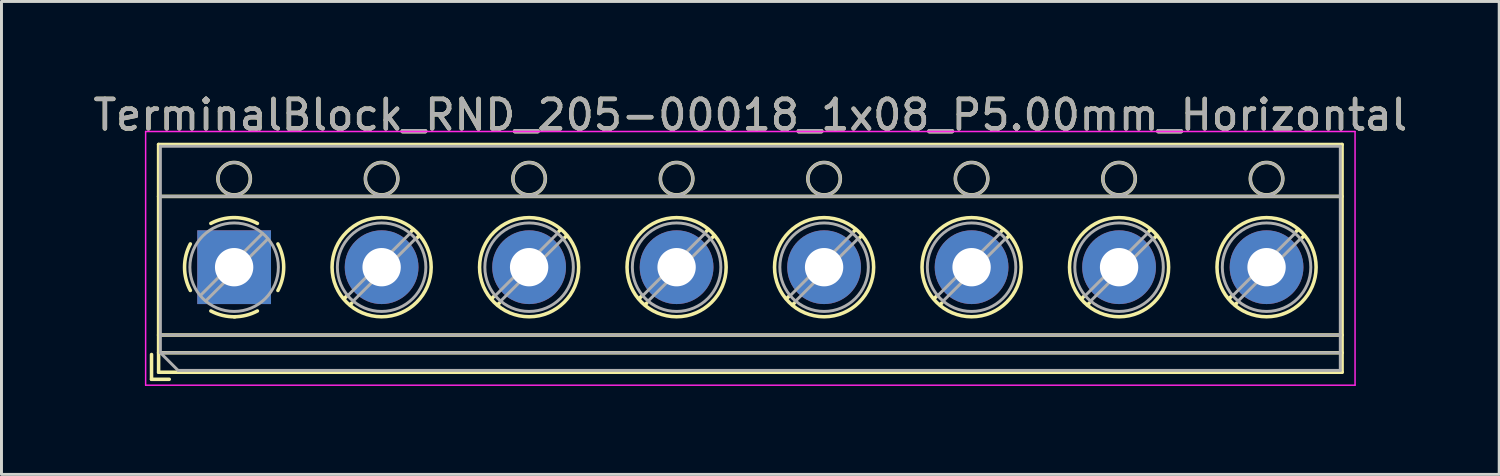
<source format=kicad_pcb>
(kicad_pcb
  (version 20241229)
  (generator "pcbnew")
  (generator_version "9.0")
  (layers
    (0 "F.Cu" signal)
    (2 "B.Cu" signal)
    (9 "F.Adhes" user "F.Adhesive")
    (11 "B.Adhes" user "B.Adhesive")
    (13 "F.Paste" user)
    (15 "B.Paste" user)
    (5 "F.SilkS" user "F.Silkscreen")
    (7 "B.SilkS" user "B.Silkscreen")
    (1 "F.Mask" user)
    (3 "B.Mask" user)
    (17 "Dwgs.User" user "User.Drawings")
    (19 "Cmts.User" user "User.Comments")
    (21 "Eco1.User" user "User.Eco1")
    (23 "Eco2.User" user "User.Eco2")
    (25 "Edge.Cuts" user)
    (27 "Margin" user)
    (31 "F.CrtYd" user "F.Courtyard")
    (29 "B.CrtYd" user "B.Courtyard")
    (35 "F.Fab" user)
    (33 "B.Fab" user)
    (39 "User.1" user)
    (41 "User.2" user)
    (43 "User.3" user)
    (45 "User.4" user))
  (footprint "TerminalBlock_RND_205-00018_1x08_P5.00mm_Horizontal"
    (layer "F.Cu")
    (at 4.887 6.008)
    (property "Reference" "TerminalBlock_RND_205-00018_1x08_P5.00mm_Horizontal" (at 17.5 -5.16 0) (layer "F.SilkS") (effects (font (size 1 1) (thickness 0.15))))
    (attr through_hole)
    (fp_line (start -2.8 2.96) (end -2.8 3.8) (stroke (width 0.12) (type solid)) (layer "F.SilkS"))
    (fp_line (start -2.8 3.8) (end -2.2 3.8) (stroke (width 0.12) (type solid)) (layer "F.SilkS"))
    (fp_line (start -2.56 -4.16) (end -2.56 3.561) (stroke (width 0.12) (type solid)) (layer "F.SilkS"))
    (fp_line (start -2.56 -4.16) (end 37.56 -4.16) (stroke (width 0.12) (type solid)) (layer "F.SilkS"))
    (fp_line (start -2.56 -2.4) (end 37.56 -2.4) (stroke (width 0.12) (type solid)) (layer "F.SilkS"))
    (fp_line (start -2.56 2.3) (end 37.56 2.3) (stroke (width 0.12) (type solid)) (layer "F.SilkS"))
    (fp_line (start -2.56 2.9) (end 37.56 2.9) (stroke (width 0.12) (type solid)) (layer "F.SilkS"))
    (fp_line (start -2.56 3.561) (end 37.56 3.561) (stroke (width 0.12) (type solid)) (layer "F.SilkS"))
    (fp_line (start 3.82 0.976) (end 3.726 1.069) (stroke (width 0.12) (type solid)) (layer "F.SilkS"))
    (fp_line (start 3.99 1.216) (end 3.931 1.274) (stroke (width 0.12) (type solid)) (layer "F.SilkS"))
    (fp_line (start 6.07 -1.275) (end 6.011 -1.216) (stroke (width 0.12) (type solid)) (layer "F.SilkS"))
    (fp_line (start 6.275 -1.069) (end 6.181 -0.976) (stroke (width 0.12) (type solid)) (layer "F.SilkS"))
    (fp_line (start 8.82 0.976) (end 8.726 1.069) (stroke (width 0.12) (type solid)) (layer "F.SilkS"))
    (fp_line (start 8.99 1.216) (end 8.931 1.274) (stroke (width 0.12) (type solid)) (layer "F.SilkS"))
    (fp_line (start 11.07 -1.275) (end 11.011 -1.216) (stroke (width 0.12) (type solid)) (layer "F.SilkS"))
    (fp_line (start 11.275 -1.069) (end 11.181 -0.976) (stroke (width 0.12) (type solid)) (layer "F.SilkS"))
    (fp_line (start 13.82 0.976) (end 13.726 1.069) (stroke (width 0.12) (type solid)) (layer "F.SilkS"))
    (fp_line (start 13.99 1.216) (end 13.931 1.274) (stroke (width 0.12) (type solid)) (layer "F.SilkS"))
    (fp_line (start 16.07 -1.275) (end 16.011 -1.216) (stroke (width 0.12) (type solid)) (layer "F.SilkS"))
    (fp_line (start 16.275 -1.069) (end 16.181 -0.976) (stroke (width 0.12) (type solid)) (layer "F.SilkS"))
    (fp_line (start 18.82 0.976) (end 18.726 1.069) (stroke (width 0.12) (type solid)) (layer "F.SilkS"))
    (fp_line (start 18.99 1.216) (end 18.931 1.274) (stroke (width 0.12) (type solid)) (layer "F.SilkS"))
    (fp_line (start 21.07 -1.275) (end 21.011 -1.216) (stroke (width 0.12) (type solid)) (layer "F.SilkS"))
    (fp_line (start 21.275 -1.069) (end 21.181 -0.976) (stroke (width 0.12) (type solid)) (layer "F.SilkS"))
    (fp_line (start 23.82 0.976) (end 23.726 1.069) (stroke (width 0.12) (type solid)) (layer "F.SilkS"))
    (fp_line (start 23.99 1.216) (end 23.931 1.274) (stroke (width 0.12) (type solid)) (layer "F.SilkS"))
    (fp_line (start 26.07 -1.275) (end 26.011 -1.216) (stroke (width 0.12) (type solid)) (layer "F.SilkS"))
    (fp_line (start 26.275 -1.069) (end 26.181 -0.976) (stroke (width 0.12) (type solid)) (layer "F.SilkS"))
    (fp_line (start 28.82 0.976) (end 28.726 1.069) (stroke (width 0.12) (type solid)) (layer "F.SilkS"))
    (fp_line (start 28.99 1.216) (end 28.931 1.274) (stroke (width 0.12) (type solid)) (layer "F.SilkS"))
    (fp_line (start 31.07 -1.275) (end 31.011 -1.216) (stroke (width 0.12) (type solid)) (layer "F.SilkS"))
    (fp_line (start 31.275 -1.069) (end 31.181 -0.976) (stroke (width 0.12) (type solid)) (layer "F.SilkS"))
    (fp_line (start 33.82 0.976) (end 33.726 1.069) (stroke (width 0.12) (type solid)) (layer "F.SilkS"))
    (fp_line (start 33.99 1.216) (end 33.931 1.274) (stroke (width 0.12) (type solid)) (layer "F.SilkS"))
    (fp_line (start 36.07 -1.275) (end 36.011 -1.216) (stroke (width 0.12) (type solid)) (layer "F.SilkS"))
    (fp_line (start 36.275 -1.069) (end 36.181 -0.976) (stroke (width 0.12) (type solid)) (layer "F.SilkS"))
    (fp_line (start 37.56 -4.16) (end 37.56 3.561) (stroke (width 0.12) (type solid)) (layer "F.SilkS"))
    (fp_arc (start -1.483953 0.789089) (mid -1.680708 0.00005) (end -1.484 -0.789) (stroke (width 0.12) (type solid)) (layer "F.SilkS"))
    (fp_arc (start -0.789089 -1.483953) (mid -0.00005 -1.680708) (end 0.789 -1.484) (stroke (width 0.12) (type solid)) (layer "F.SilkS"))
    (fp_arc (start 0.029383 1.68045) (mid -0.392304 1.634281) (end -0.789 1.484) (stroke (width 0.12) (type solid)) (layer "F.SilkS"))
    (fp_arc (start 0.788712 1.483352) (mid 0.406429 1.630097) (end 0 1.68) (stroke (width 0.12) (type solid)) (layer "F.SilkS"))
    (fp_arc (start 1.483953 -0.789089) (mid 1.680708 -0.00005) (end 1.484 0.789) (stroke (width 0.12) (type solid)) (layer "F.SilkS"))
    (fp_circle (center 0 -3) (end 0.55 -3) (stroke (width 0.12) (type solid)) (fill no) (layer "F.SilkS"))
    (fp_circle (center 5 -3) (end 5.55 -3) (stroke (width 0.12) (type solid)) (fill no) (layer "F.SilkS"))
    (fp_circle (center 5 0) (end 6.68 0) (stroke (width 0.12) (type solid)) (fill no) (layer "F.SilkS"))
    (fp_circle (center 10 -3) (end 10.55 -3) (stroke (width 0.12) (type solid)) (fill no) (layer "F.SilkS"))
    (fp_circle (center 10 0) (end 11.68 0) (stroke (width 0.12) (type solid)) (fill no) (layer "F.SilkS"))
    (fp_circle (center 15 -3) (end 15.55 -3) (stroke (width 0.12) (type solid)) (fill no) (layer "F.SilkS"))
    (fp_circle (center 15 0) (end 16.68 0) (stroke (width 0.12) (type solid)) (fill no) (layer "F.SilkS"))
    (fp_circle (center 20 -3) (end 20.55 -3) (stroke (width 0.12) (type solid)) (fill no) (layer "F.SilkS"))
    (fp_circle (center 20 0) (end 21.68 0) (stroke (width 0.12) (type solid)) (fill no) (layer "F.SilkS"))
    (fp_circle (center 25 -3) (end 25.55 -3) (stroke (width 0.12) (type solid)) (fill no) (layer "F.SilkS"))
    (fp_circle (center 25 0) (end 26.68 0) (stroke (width 0.12) (type solid)) (fill no) (layer "F.SilkS"))
    (fp_circle (center 30 -3) (end 30.55 -3) (stroke (width 0.12) (type solid)) (fill no) (layer "F.SilkS"))
    (fp_circle (center 30 0) (end 31.68 0) (stroke (width 0.12) (type solid)) (fill no) (layer "F.SilkS"))
    (fp_circle (center 35 -3) (end 35.55 -3) (stroke (width 0.12) (type solid)) (fill no) (layer "F.SilkS"))
    (fp_circle (center 35 0) (end 36.68 0) (stroke (width 0.12) (type solid)) (fill no) (layer "F.SilkS"))
    (fp_line (start -3 -4.6) (end -3 4) (stroke (width 0.05) (type solid)) (layer "F.CrtYd"))
    (fp_line (start -3 4) (end 38 4) (stroke (width 0.05) (type solid)) (layer "F.CrtYd"))
    (fp_line (start 38 -4.6) (end -3 -4.6) (stroke (width 0.05) (type solid)) (layer "F.CrtYd"))
    (fp_line (start 38 4) (end 38 -4.6) (stroke (width 0.05) (type solid)) (layer "F.CrtYd"))
    (fp_line (start -2.5 -4.1) (end 37.5 -4.1) (stroke (width 0.1) (type solid)) (layer "F.Fab"))
    (fp_line (start -2.5 -2.4) (end 37.5 -2.4) (stroke (width 0.1) (type solid)) (layer "F.Fab"))
    (fp_line (start -2.5 2.3) (end 37.5 2.3) (stroke (width 0.1) (type solid)) (layer "F.Fab"))
    (fp_line (start -2.5 2.9) (end -2.5 -4.1) (stroke (width 0.1) (type solid)) (layer "F.Fab"))
    (fp_line (start -2.5 2.9) (end 37.5 2.9) (stroke (width 0.1) (type solid)) (layer "F.Fab"))
    (fp_line (start -1.9 3.5) (end -2.5 2.9) (stroke (width 0.1) (type solid)) (layer "F.Fab"))
    (fp_line (start 0.955 -1.138) (end -1.138 0.955) (stroke (width 0.1) (type solid)) (layer "F.Fab"))
    (fp_line (start 1.138 -0.955) (end -0.955 1.138) (stroke (width 0.1) (type solid)) (layer "F.Fab"))
    (fp_line (start 5.955 -1.138) (end 3.863 0.955) (stroke (width 0.1) (type solid)) (layer "F.Fab"))
    (fp_line (start 6.138 -0.955) (end 4.046 1.138) (stroke (width 0.1) (type solid)) (layer "F.Fab"))
    (fp_line (start 10.955 -1.138) (end 8.863 0.955) (stroke (width 0.1) (type solid)) (layer "F.Fab"))
    (fp_line (start 11.138 -0.955) (end 9.046 1.138) (stroke (width 0.1) (type solid)) (layer "F.Fab"))
    (fp_line (start 15.955 -1.138) (end 13.863 0.955) (stroke (width 0.1) (type solid)) (layer "F.Fab"))
    (fp_line (start 16.138 -0.955) (end 14.046 1.138) (stroke (width 0.1) (type solid)) (layer "F.Fab"))
    (fp_line (start 20.955 -1.138) (end 18.863 0.955) (stroke (width 0.1) (type solid)) (layer "F.Fab"))
    (fp_line (start 21.138 -0.955) (end 19.046 1.138) (stroke (width 0.1) (type solid)) (layer "F.Fab"))
    (fp_line (start 25.955 -1.138) (end 23.863 0.955) (stroke (width 0.1) (type solid)) (layer "F.Fab"))
    (fp_line (start 26.138 -0.955) (end 24.046 1.138) (stroke (width 0.1) (type solid)) (layer "F.Fab"))
    (fp_line (start 30.955 -1.138) (end 28.863 0.955) (stroke (width 0.1) (type solid)) (layer "F.Fab"))
    (fp_line (start 31.138 -0.955) (end 29.046 1.138) (stroke (width 0.1) (type solid)) (layer "F.Fab"))
    (fp_line (start 35.955 -1.138) (end 33.863 0.955) (stroke (width 0.1) (type solid)) (layer "F.Fab"))
    (fp_line (start 36.138 -0.955) (end 34.046 1.138) (stroke (width 0.1) (type solid)) (layer "F.Fab"))
    (fp_line (start 37.5 -4.1) (end 37.5 3.5) (stroke (width 0.1) (type solid)) (layer "F.Fab"))
    (fp_line (start 37.5 3.5) (end -1.9 3.5) (stroke (width 0.1) (type solid)) (layer "F.Fab"))
    (fp_circle (center 0 -3) (end 0.55 -3) (stroke (width 0.1) (type solid)) (fill no) (layer "F.Fab"))
    (fp_circle (center 0 0) (end 1.5 0) (stroke (width 0.1) (type solid)) (fill no) (layer "F.Fab"))
    (fp_circle (center 5 -3) (end 5.55 -3) (stroke (width 0.1) (type solid)) (fill no) (layer "F.Fab"))
    (fp_circle (center 5 0) (end 6.5 0) (stroke (width 0.1) (type solid)) (fill no) (layer "F.Fab"))
    (fp_circle (center 10 -3) (end 10.55 -3) (stroke (width 0.1) (type solid)) (fill no) (layer "F.Fab"))
    (fp_circle (center 10 0) (end 11.5 0) (stroke (width 0.1) (type solid)) (fill no) (layer "F.Fab"))
    (fp_circle (center 15 -3) (end 15.55 -3) (stroke (width 0.1) (type solid)) (fill no) (layer "F.Fab"))
    (fp_circle (center 15 0) (end 16.5 0) (stroke (width 0.1) (type solid)) (fill no) (layer "F.Fab"))
    (fp_circle (center 20 -3) (end 20.55 -3) (stroke (width 0.1) (type solid)) (fill no) (layer "F.Fab"))
    (fp_circle (center 20 0) (end 21.5 0) (stroke (width 0.1) (type solid)) (fill no) (layer "F.Fab"))
    (fp_circle (center 25 -3) (end 25.55 -3) (stroke (width 0.1) (type solid)) (fill no) (layer "F.Fab"))
    (fp_circle (center 25 0) (end 26.5 0) (stroke (width 0.1) (type solid)) (fill no) (layer "F.Fab"))
    (fp_circle (center 30 -3) (end 30.55 -3) (stroke (width 0.1) (type solid)) (fill no) (layer "F.Fab"))
    (fp_circle (center 30 0) (end 31.5 0) (stroke (width 0.1) (type solid)) (fill no) (layer "F.Fab"))
    (fp_circle (center 35 -3) (end 35.55 -3) (stroke (width 0.1) (type solid)) (fill no) (layer "F.Fab"))
    (fp_circle (center 35 0) (end 36.5 0) (stroke (width 0.1) (type solid)) (fill no) (layer "F.Fab"))
    (fp_text user "${REFERENCE}" (at 17.5 -5.16 0) (layer "F.Fab") (effects (font (size 1 1) (thickness 0.15))))
    (pad "1" thru_hole rect (at 0 0) (size 2.5 2.5) (drill 1.3) (layers "*.Cu" "*.Mask"))
    (pad "2" thru_hole circle (at 5 0) (size 2.5 2.5) (drill 1.3) (layers "*.Cu" "*.Mask"))
    (pad "3" thru_hole circle (at 10 0) (size 2.5 2.5) (drill 1.3) (layers "*.Cu" "*.Mask"))
    (pad "4" thru_hole circle (at 15 0) (size 2.5 2.5) (drill 1.3) (layers "*.Cu" "*.Mask"))
    (pad "5" thru_hole circle (at 20 0) (size 2.5 2.5) (drill 1.3) (layers "*.Cu" "*.Mask"))
    (pad "6" thru_hole circle (at 25 0) (size 2.5 2.5) (drill 1.3) (layers "*.Cu" "*.Mask"))
    (pad "7" thru_hole circle (at 30 0) (size 2.5 2.5) (drill 1.3) (layers "*.Cu" "*.Mask"))
    (pad "8" thru_hole circle (at 35 0) (size 2.5 2.5) (drill 1.3) (layers "*.Cu" "*.Mask")))
  (gr_rect
    (start -3 -3)
    (end 47.774 13.033)
    (stroke (width 0.1) (type default))
    (fill no)
    (layer "Edge.Cuts")))
</source>
